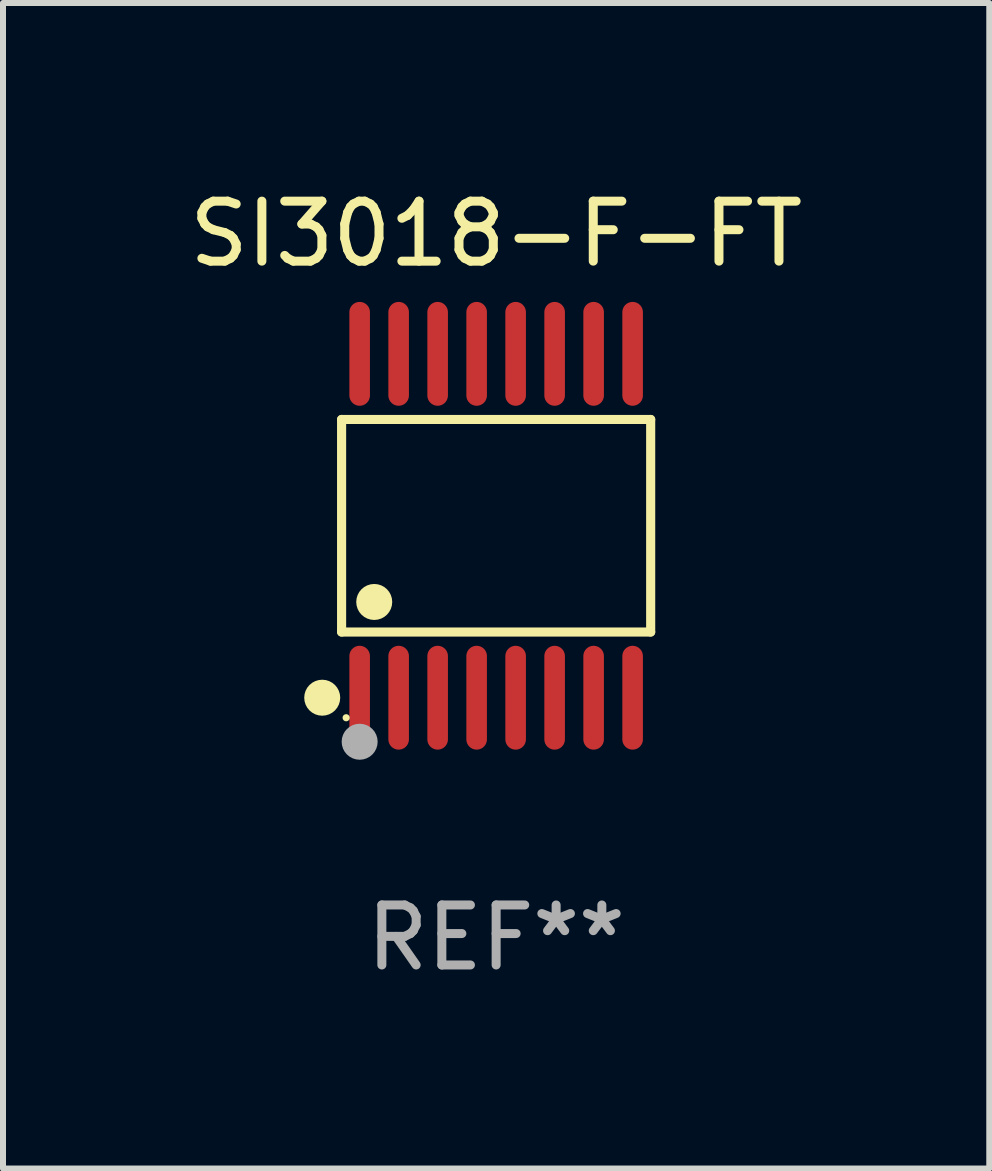
<source format=kicad_pcb>
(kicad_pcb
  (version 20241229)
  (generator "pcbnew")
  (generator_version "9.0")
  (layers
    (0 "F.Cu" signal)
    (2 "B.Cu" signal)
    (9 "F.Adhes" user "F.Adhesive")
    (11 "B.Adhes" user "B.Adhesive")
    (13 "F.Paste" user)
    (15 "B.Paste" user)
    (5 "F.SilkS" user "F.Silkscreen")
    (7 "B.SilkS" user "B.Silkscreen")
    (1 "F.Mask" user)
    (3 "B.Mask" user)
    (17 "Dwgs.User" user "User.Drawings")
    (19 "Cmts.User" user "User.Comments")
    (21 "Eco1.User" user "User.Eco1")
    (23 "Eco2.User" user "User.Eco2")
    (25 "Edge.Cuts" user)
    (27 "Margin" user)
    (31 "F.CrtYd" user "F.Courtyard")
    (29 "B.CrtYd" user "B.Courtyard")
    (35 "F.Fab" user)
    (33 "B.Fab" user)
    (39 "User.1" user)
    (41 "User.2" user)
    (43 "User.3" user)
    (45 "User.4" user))
  (footprint "SI3018-F-FT"
    (layer "F.Cu")
    (at 5.22 5.714)
    (property "Reference" "SI3018-F-FT" (at 0 -4.866 0) (layer "F.SilkS") (effects (font (size 1 1) (thickness 0.15))))
    (attr through_hole)
    (fp_line (start -2.576 -1.772) (end 2.576 -1.772) (stroke (width 0.152) (type solid)) (layer "F.SilkS"))
    (fp_line (start -2.576 1.771) (end -2.576 -1.772) (stroke (width 0.152) (type solid)) (layer "F.SilkS"))
    (fp_line (start 2.576 -1.772) (end 2.576 1.771) (stroke (width 0.152) (type solid)) (layer "F.SilkS"))
    (fp_line (start 2.576 1.771) (end -2.576 1.771) (stroke (width 0.152) (type solid)) (layer "F.SilkS"))
    (fp_circle (center -2.899 2.866) (end -2.749 2.866) (stroke (width 0.3) (type solid)) (fill no) (layer "F.SilkS"))
    (fp_circle (center -2.5 3.2) (end -2.47 3.2) (stroke (width 0.06) (type solid)) (fill no) (layer "F.SilkS"))
    (fp_circle (center -2.032 1.27) (end -1.882 1.27) (stroke (width 0.3) (type solid)) (fill no) (layer "F.SilkS"))
    (fp_circle (center -2.275 3.6) (end -2.125 3.6) (stroke (width 0.3) (type solid)) (fill no) (layer "F.Fab"))
    (fp_text user "REF**" (at 0 6.866 0) (layer "F.Fab") (effects (font (size 1 1) (thickness 0.15))))
    (pad "1" smd oval (at -2.275 2.866) (size 0.343 1.731) (layers "F.Cu" "F.Mask" "F.Paste"))
    (pad "2" smd oval (at -1.625 2.866) (size 0.343 1.731) (layers "F.Cu" "F.Mask" "F.Paste"))
    (pad "3" smd oval (at -0.975 2.866) (size 0.343 1.731) (layers "F.Cu" "F.Mask" "F.Paste"))
    (pad "4" smd oval (at -0.325 2.866) (size 0.343 1.731) (layers "F.Cu" "F.Mask" "F.Paste"))
    (pad "5" smd oval (at 0.325 2.866) (size 0.343 1.731) (layers "F.Cu" "F.Mask" "F.Paste"))
    (pad "6" smd oval (at 0.975 2.866) (size 0.343 1.731) (layers "F.Cu" "F.Mask" "F.Paste"))
    (pad "7" smd oval (at 1.625 2.866) (size 0.343 1.731) (layers "F.Cu" "F.Mask" "F.Paste"))
    (pad "8" smd oval (at 2.275 2.866) (size 0.343 1.731) (layers "F.Cu" "F.Mask" "F.Paste"))
    (pad "9" smd oval (at 2.275 -2.866) (size 0.343 1.731) (layers "F.Cu" "F.Mask" "F.Paste"))
    (pad "10" smd oval (at 1.625 -2.866) (size 0.343 1.731) (layers "F.Cu" "F.Mask" "F.Paste"))
    (pad "11" smd oval (at 0.975 -2.866) (size 0.343 1.731) (layers "F.Cu" "F.Mask" "F.Paste"))
    (pad "12" smd oval (at 0.325 -2.866) (size 0.343 1.731) (layers "F.Cu" "F.Mask" "F.Paste"))
    (pad "13" smd oval (at -0.325 -2.866) (size 0.343 1.731) (layers "F.Cu" "F.Mask" "F.Paste"))
    (pad "14" smd oval (at -0.975 -2.866) (size 0.343 1.731) (layers "F.Cu" "F.Mask" "F.Paste"))
    (pad "15" smd oval (at -1.625 -2.866) (size 0.343 1.731) (layers "F.Cu" "F.Mask" "F.Paste"))
    (pad "16" smd oval (at -2.275 -2.866) (size 0.343 1.731) (layers "F.Cu" "F.Mask" "F.Paste")))
  (gr_rect
    (start -3 -3)
    (end 13.44 16.428)
    (stroke (width 0.1) (type default))
    (fill no)
    (layer "Edge.Cuts")))
</source>
